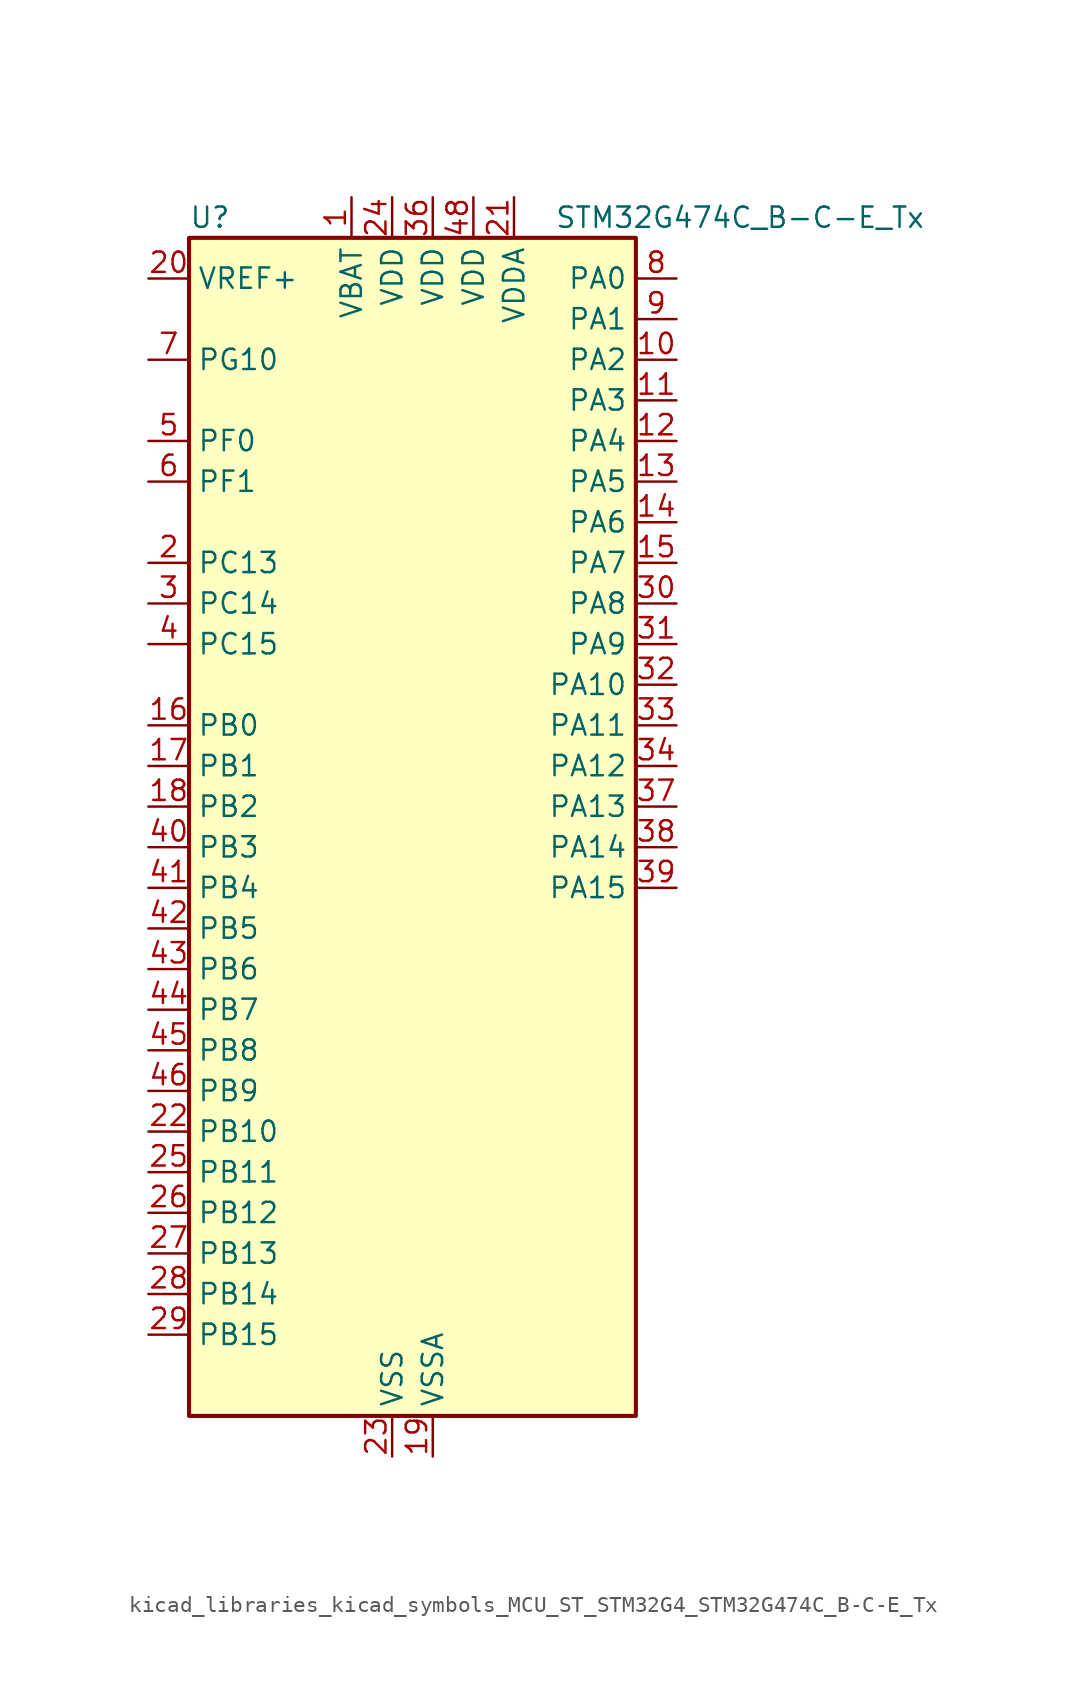
<source format=kicad_sym>
(kicad_symbol_lib
  (version 20220914)
  (generator kicad_symbol_editor)
  (symbol "kicad_libraries_kicad_symbols_MCU_ST_STM32G4_STM32G474C_B-C-E_Tx"
    (property "Reference" "U"
      (at -12.7 39.37 0)
      (effects (font (size 1.27 1.27)) (justify left)))
    (property "Value" "STM32G474C_B-C-E_Tx"
      (at 10.16 39.37 0)
      (effects (font (size 1.27 1.27)) (justify left)))
    (property "ki_locked" ""
      (at 0 0 0)
      (effects (font (size 1.27 1.27))))
    (symbol "kicad_libraries_kicad_symbols_MCU_ST_STM32G4_STM32G474C_B-C-E_Tx_0_1"
      (rectangle (start -12.7 -35.56) (end 15.24 38.1) (stroke (width 0.254) (type default)) (fill (type background))))
    (symbol "kicad_libraries_kicad_symbols_MCU_ST_STM32G4_STM32G474C_B-C-E_Tx_1_1"
      (pin power_in line (at -2.54 40.64 270) (length 2.54) (name "VBAT" (effects (font (size 1.27 1.27)))) (number "1" (effects (font (size 1.27 1.27)))))
      (pin bidirectional line (at 17.78 30.48 180) (length 2.54) (name "PA2" (effects (font (size 1.27 1.27)))) (number "10" (effects (font (size 1.27 1.27)))) (alternate "ADC1_IN3" bidirectional line) (alternate "ADC3_EXTI2" bidirectional line) (alternate "ADC4_EXTI2" bidirectional line) (alternate "ADC5_EXTI2" bidirectional line) (alternate "COMP2_INM" bidirectional line) (alternate "COMP2_OUT" bidirectional line) (alternate "LPUART1_TX" bidirectional line) (alternate "OPAMP1_VOUT" bidirectional line) (alternate "QUADSPI1_BK1_NCS" bidirectional line) (alternate "RCC_LSCO" bidirectional line) (alternate "SYS_WKUP4" bidirectional line) (alternate "TIM15_CH1" bidirectional line) (alternate "TIM2_CH3" bidirectional line) (alternate "TIM5_CH3" bidirectional line) (alternate "UCPD1_FRSTX1" bidirectional line) (alternate "UCPD1_FRSTX2" bidirectional line) (alternate "USART2_TX" bidirectional line))
      (pin bidirectional line (at 17.78 27.94 180) (length 2.54) (name "PA3" (effects (font (size 1.27 1.27)))) (number "11" (effects (font (size 1.27 1.27)))) (alternate "ADC1_IN4" bidirectional line) (alternate "ADC3_EXTI3" bidirectional line) (alternate "ADC4_EXTI3" bidirectional line) (alternate "ADC5_EXTI3" bidirectional line) (alternate "COMP2_INP" bidirectional line) (alternate "LPUART1_RX" bidirectional line) (alternate "OPAMP1_VINM" bidirectional line) (alternate "OPAMP1_VINM0" bidirectional line) (alternate "OPAMP1_VINM_SEC" bidirectional line) (alternate "OPAMP1_VINP" bidirectional line) (alternate "OPAMP1_VINP_SEC" bidirectional line) (alternate "OPAMP5_VINM" bidirectional line) (alternate "OPAMP5_VINM1" bidirectional line) (alternate "OPAMP5_VINM_SEC" bidirectional line) (alternate "QUADSPI1_CLK" bidirectional line) (alternate "SAI1_CK1" bidirectional line) (alternate "SAI1_MCLK_A" bidirectional line) (alternate "TIM15_CH2" bidirectional line) (alternate "TIM2_CH4" bidirectional line) (alternate "TIM5_CH4" bidirectional line) (alternate "USART2_RX" bidirectional line))
      (pin bidirectional line (at 17.78 25.4 180) (length 2.54) (name "PA4" (effects (font (size 1.27 1.27)))) (number "12" (effects (font (size 1.27 1.27)))) (alternate "ADC2_IN17" bidirectional line) (alternate "COMP1_INM" bidirectional line) (alternate "DAC1_OUT1" bidirectional line) (alternate "I2S3_WS" bidirectional line) (alternate "SAI1_FS_B" bidirectional line) (alternate "SPI1_NSS" bidirectional line) (alternate "SPI3_NSS" bidirectional line) (alternate "TIM3_CH2" bidirectional line) (alternate "USART2_CK" bidirectional line))
      (pin bidirectional line (at 17.78 22.86 180) (length 2.54) (name "PA5" (effects (font (size 1.27 1.27)))) (number "13" (effects (font (size 1.27 1.27)))) (alternate "ADC2_IN13" bidirectional line) (alternate "COMP2_INM" bidirectional line) (alternate "DAC1_OUT2" bidirectional line) (alternate "OPAMP2_VINM" bidirectional line) (alternate "OPAMP2_VINM0" bidirectional line) (alternate "OPAMP2_VINM_SEC" bidirectional line) (alternate "SPI1_SCK" bidirectional line) (alternate "TIM2_CH1" bidirectional line) (alternate "TIM2_ETR" bidirectional line) (alternate "UCPD1_FRSTX1" bidirectional line) (alternate "UCPD1_FRSTX2" bidirectional line))
      (pin bidirectional line (at 17.78 20.32 180) (length 2.54) (name "PA6" (effects (font (size 1.27 1.27)))) (number "14" (effects (font (size 1.27 1.27)))) (alternate "ADC2_IN3" bidirectional line) (alternate "COMP1_OUT" bidirectional line) (alternate "DAC2_OUT1" bidirectional line) (alternate "LPUART1_CTS" bidirectional line) (alternate "OPAMP2_VOUT" bidirectional line) (alternate "QUADSPI1_BK1_IO3" bidirectional line) (alternate "SPI1_MISO" bidirectional line) (alternate "TIM16_CH1" bidirectional line) (alternate "TIM1_BKIN" bidirectional line) (alternate "TIM3_CH1" bidirectional line) (alternate "TIM8_BKIN" bidirectional line))
      (pin bidirectional line (at 17.78 17.78 180) (length 2.54) (name "PA7" (effects (font (size 1.27 1.27)))) (number "15" (effects (font (size 1.27 1.27)))) (alternate "ADC2_IN4" bidirectional line) (alternate "COMP2_INP" bidirectional line) (alternate "COMP2_OUT" bidirectional line) (alternate "OPAMP1_VINP" bidirectional line) (alternate "OPAMP1_VINP_SEC" bidirectional line) (alternate "OPAMP2_VINP" bidirectional line) (alternate "OPAMP2_VINP_SEC" bidirectional line) (alternate "QUADSPI1_BK1_IO2" bidirectional line) (alternate "SPI1_MOSI" bidirectional line) (alternate "TIM17_CH1" bidirectional line) (alternate "TIM1_CH1N" bidirectional line) (alternate "TIM3_CH2" bidirectional line) (alternate "TIM8_CH1N" bidirectional line) (alternate "UCPD1_FRSTX1" bidirectional line) (alternate "UCPD1_FRSTX2" bidirectional line))
      (pin bidirectional line (at -15.24 7.62 0) (length 2.54) (name "PB0" (effects (font (size 1.27 1.27)))) (number "16" (effects (font (size 1.27 1.27)))) (alternate "ADC1_IN15" bidirectional line) (alternate "ADC3_IN12" bidirectional line) (alternate "COMP4_INP" bidirectional line) (alternate "HRTIM1_FLT5" bidirectional line) (alternate "OPAMP2_VINP" bidirectional line) (alternate "OPAMP2_VINP_SEC" bidirectional line) (alternate "OPAMP3_VINP" bidirectional line) (alternate "OPAMP3_VINP_SEC" bidirectional line) (alternate "QUADSPI1_BK1_IO1" bidirectional line) (alternate "TIM1_CH2N" bidirectional line) (alternate "TIM3_CH3" bidirectional line) (alternate "TIM8_CH2N" bidirectional line) (alternate "UCPD1_FRSTX1" bidirectional line) (alternate "UCPD1_FRSTX2" bidirectional line))
      (pin bidirectional line (at -15.24 5.08 0) (length 2.54) (name "PB1" (effects (font (size 1.27 1.27)))) (number "17" (effects (font (size 1.27 1.27)))) (alternate "ADC1_IN12" bidirectional line) (alternate "ADC3_IN1" bidirectional line) (alternate "COMP1_INP" bidirectional line) (alternate "COMP4_OUT" bidirectional line) (alternate "HRTIM1_SCOUT" bidirectional line) (alternate "LPUART1_DE" bidirectional line) (alternate "LPUART1_RTS" bidirectional line) (alternate "OPAMP3_VOUT" bidirectional line) (alternate "OPAMP6_VINM" bidirectional line) (alternate "OPAMP6_VINM1" bidirectional line) (alternate "OPAMP6_VINM_SEC" bidirectional line) (alternate "QUADSPI1_BK1_IO0" bidirectional line) (alternate "TIM1_CH3N" bidirectional line) (alternate "TIM3_CH4" bidirectional line) (alternate "TIM8_CH3N" bidirectional line))
      (pin bidirectional line (at -15.24 2.54 0) (length 2.54) (name "PB2" (effects (font (size 1.27 1.27)))) (number "18" (effects (font (size 1.27 1.27)))) (alternate "ADC2_IN12" bidirectional line) (alternate "ADC3_EXTI2" bidirectional line) (alternate "ADC4_EXTI2" bidirectional line) (alternate "ADC5_EXTI2" bidirectional line) (alternate "COMP4_INM" bidirectional line) (alternate "HRTIM1_SCIN" bidirectional line) (alternate "I2C3_SMBA" bidirectional line) (alternate "LPTIM1_OUT" bidirectional line) (alternate "OPAMP3_VINM" bidirectional line) (alternate "OPAMP3_VINM0" bidirectional line) (alternate "OPAMP3_VINM_SEC" bidirectional line) (alternate "QUADSPI1_BK2_IO1" bidirectional line) (alternate "RTC_OUT2" bidirectional line) (alternate "TIM20_CH1" bidirectional line) (alternate "TIM5_CH1" bidirectional line))
      (pin power_in line (at 2.54 -38.1 90) (length 2.54) (name "VSSA" (effects (font (size 1.27 1.27)))) (number "19" (effects (font (size 1.27 1.27)))))
      (pin bidirectional line (at -15.24 17.78 0) (length 2.54) (name "PC13" (effects (font (size 1.27 1.27)))) (number "2" (effects (font (size 1.27 1.27)))) (alternate "RTC_OUT1" bidirectional line) (alternate "RTC_TAMP1" bidirectional line) (alternate "RTC_TS" bidirectional line) (alternate "SYS_WKUP2" bidirectional line) (alternate "TIM1_BKIN" bidirectional line) (alternate "TIM1_CH1N" bidirectional line) (alternate "TIM8_CH4N" bidirectional line))
      (pin input line (at -15.24 35.56 0) (length 2.54) (name "VREF+" (effects (font (size 1.27 1.27)))) (number "20" (effects (font (size 1.27 1.27)))) (alternate "VREFBUF_OUT" bidirectional line))
      (pin power_in line (at 7.62 40.64 270) (length 2.54) (name "VDDA" (effects (font (size 1.27 1.27)))) (number "21" (effects (font (size 1.27 1.27)))))
      (pin bidirectional line (at -15.24 -17.78 0) (length 2.54) (name "PB10" (effects (font (size 1.27 1.27)))) (number "22" (effects (font (size 1.27 1.27)))) (alternate "COMP5_INM" bidirectional line) (alternate "DAC1_EXTI10" bidirectional line) (alternate "DAC2_EXTI10" bidirectional line) (alternate "DAC3_EXTI10" bidirectional line) (alternate "DAC4_EXTI10" bidirectional line) (alternate "HRTIM1_FLT3" bidirectional line) (alternate "LPUART1_RX" bidirectional line) (alternate "OPAMP3_VINM" bidirectional line) (alternate "OPAMP3_VINM1" bidirectional line) (alternate "OPAMP3_VINM_SEC" bidirectional line) (alternate "OPAMP4_VINM" bidirectional line) (alternate "OPAMP4_VINM0" bidirectional line) (alternate "OPAMP4_VINM_SEC" bidirectional line) (alternate "QUADSPI1_CLK" bidirectional line) (alternate "SAI1_SCK_A" bidirectional line) (alternate "TIM1_BKIN" bidirectional line) (alternate "TIM2_CH3" bidirectional line) (alternate "USART3_TX" bidirectional line))
      (pin power_in line (at 0 -38.1 90) (length 2.54) (name "VSS" (effects (font (size 1.27 1.27)))) (number "23" (effects (font (size 1.27 1.27)))))
      (pin power_in line (at 0 40.64 270) (length 2.54) (name "VDD" (effects (font (size 1.27 1.27)))) (number "24" (effects (font (size 1.27 1.27)))))
      (pin bidirectional line (at -15.24 -20.32 0) (length 2.54) (name "PB11" (effects (font (size 1.27 1.27)))) (number "25" (effects (font (size 1.27 1.27)))) (alternate "ADC1_EXTI11" bidirectional line) (alternate "ADC1_IN14" bidirectional line) (alternate "ADC2_EXTI11" bidirectional line) (alternate "ADC2_IN14" bidirectional line) (alternate "COMP6_INP" bidirectional line) (alternate "HRTIM1_FLT4" bidirectional line) (alternate "LPUART1_TX" bidirectional line) (alternate "OPAMP4_VINP" bidirectional line) (alternate "OPAMP4_VINP_SEC" bidirectional line) (alternate "OPAMP6_VOUT" bidirectional line) (alternate "QUADSPI1_BK1_NCS" bidirectional line) (alternate "TIM2_CH4" bidirectional line) (alternate "USART3_RX" bidirectional line))
      (pin bidirectional line (at -15.24 -22.86 0) (length 2.54) (name "PB12" (effects (font (size 1.27 1.27)))) (number "26" (effects (font (size 1.27 1.27)))) (alternate "ADC1_IN11" bidirectional line) (alternate "ADC4_IN3" bidirectional line) (alternate "COMP7_INM" bidirectional line) (alternate "FDCAN2_RX" bidirectional line) (alternate "HRTIM1_CHC1" bidirectional line) (alternate "I2C2_SMBA" bidirectional line) (alternate "I2S2_WS" bidirectional line) (alternate "LPUART1_DE" bidirectional line) (alternate "LPUART1_RTS" bidirectional line) (alternate "OPAMP4_VOUT" bidirectional line) (alternate "OPAMP6_VINP" bidirectional line) (alternate "OPAMP6_VINP_SEC" bidirectional line) (alternate "SPI2_NSS" bidirectional line) (alternate "TIM1_BKIN" bidirectional line) (alternate "TIM5_ETR" bidirectional line) (alternate "USART3_CK" bidirectional line))
      (pin bidirectional line (at -15.24 -25.4 0) (length 2.54) (name "PB13" (effects (font (size 1.27 1.27)))) (number "27" (effects (font (size 1.27 1.27)))) (alternate "ADC3_IN5" bidirectional line) (alternate "COMP5_INP" bidirectional line) (alternate "FDCAN2_TX" bidirectional line) (alternate "HRTIM1_CHC2" bidirectional line) (alternate "I2S2_CK" bidirectional line) (alternate "LPUART1_CTS" bidirectional line) (alternate "OPAMP3_VINP" bidirectional line) (alternate "OPAMP3_VINP_SEC" bidirectional line) (alternate "OPAMP4_VINP" bidirectional line) (alternate "OPAMP4_VINP_SEC" bidirectional line) (alternate "OPAMP6_VINP" bidirectional line) (alternate "OPAMP6_VINP_SEC" bidirectional line) (alternate "SPI2_SCK" bidirectional line) (alternate "TIM1_CH1N" bidirectional line) (alternate "USART3_CTS" bidirectional line) (alternate "USART3_NSS" bidirectional line))
      (pin bidirectional line (at -15.24 -27.94 0) (length 2.54) (name "PB14" (effects (font (size 1.27 1.27)))) (number "28" (effects (font (size 1.27 1.27)))) (alternate "ADC1_IN5" bidirectional line) (alternate "ADC4_IN4" bidirectional line) (alternate "COMP4_OUT" bidirectional line) (alternate "COMP7_INP" bidirectional line) (alternate "HRTIM1_CHD1" bidirectional line) (alternate "OPAMP2_VINP" bidirectional line) (alternate "OPAMP2_VINP_SEC" bidirectional line) (alternate "OPAMP5_VINP" bidirectional line) (alternate "OPAMP5_VINP_SEC" bidirectional line) (alternate "SPI2_MISO" bidirectional line) (alternate "TIM15_CH1" bidirectional line) (alternate "TIM1_CH2N" bidirectional line) (alternate "USART3_DE" bidirectional line) (alternate "USART3_RTS" bidirectional line))
      (pin bidirectional line (at -15.24 -30.48 0) (length 2.54) (name "PB15" (effects (font (size 1.27 1.27)))) (number "29" (effects (font (size 1.27 1.27)))) (alternate "ADC1_EXTI15" bidirectional line) (alternate "ADC2_EXTI15" bidirectional line) (alternate "ADC2_IN15" bidirectional line) (alternate "ADC4_IN5" bidirectional line) (alternate "COMP3_OUT" bidirectional line) (alternate "COMP6_INM" bidirectional line) (alternate "HRTIM1_CHD2" bidirectional line) (alternate "I2S2_SD" bidirectional line) (alternate "OPAMP5_VINM" bidirectional line) (alternate "OPAMP5_VINM0" bidirectional line) (alternate "OPAMP5_VINM_SEC" bidirectional line) (alternate "RTC_REFIN" bidirectional line) (alternate "SPI2_MOSI" bidirectional line) (alternate "TIM15_CH1N" bidirectional line) (alternate "TIM15_CH2" bidirectional line) (alternate "TIM1_CH3N" bidirectional line))
      (pin bidirectional line (at -15.24 15.24 0) (length 2.54) (name "PC14" (effects (font (size 1.27 1.27)))) (number "3" (effects (font (size 1.27 1.27)))) (alternate "RCC_OSC32_IN" bidirectional line))
      (pin bidirectional line (at 17.78 15.24 180) (length 2.54) (name "PA8" (effects (font (size 1.27 1.27)))) (number "30" (effects (font (size 1.27 1.27)))) (alternate "ADC5_IN1" bidirectional line) (alternate "COMP7_OUT" bidirectional line) (alternate "FDCAN3_RX" bidirectional line) (alternate "HRTIM1_CHA1" bidirectional line) (alternate "I2C2_SDA" bidirectional line) (alternate "I2C3_SCL" bidirectional line) (alternate "I2S2_MCK" bidirectional line) (alternate "OPAMP5_VOUT" bidirectional line) (alternate "RCC_MCO" bidirectional line) (alternate "SAI1_CK2" bidirectional line) (alternate "SAI1_SCK_A" bidirectional line) (alternate "TIM1_CH1" bidirectional line) (alternate "TIM4_ETR" bidirectional line) (alternate "USART1_CK" bidirectional line))
      (pin bidirectional line (at 17.78 12.7 180) (length 2.54) (name "PA9" (effects (font (size 1.27 1.27)))) (number "31" (effects (font (size 1.27 1.27)))) (alternate "ADC5_IN2" bidirectional line) (alternate "COMP5_OUT" bidirectional line) (alternate "DAC1_EXTI9" bidirectional line) (alternate "DAC2_EXTI9" bidirectional line) (alternate "DAC3_EXTI9" bidirectional line) (alternate "DAC4_EXTI9" bidirectional line) (alternate "HRTIM1_CHA2" bidirectional line) (alternate "I2C2_SCL" bidirectional line) (alternate "I2C3_SMBA" bidirectional line) (alternate "I2S3_MCK" bidirectional line) (alternate "SAI1_FS_A" bidirectional line) (alternate "TIM15_BKIN" bidirectional line) (alternate "TIM1_CH2" bidirectional line) (alternate "TIM2_CH3" bidirectional line) (alternate "UCPD1_DBCC1" bidirectional line) (alternate "USART1_TX" bidirectional line))
      (pin bidirectional line (at 17.78 10.16 180) (length 2.54) (name "PA10" (effects (font (size 1.27 1.27)))) (number "32" (effects (font (size 1.27 1.27)))) (alternate "COMP6_OUT" bidirectional line) (alternate "CRS_SYNC" bidirectional line) (alternate "DAC1_EXTI10" bidirectional line) (alternate "DAC2_EXTI10" bidirectional line) (alternate "DAC3_EXTI10" bidirectional line) (alternate "DAC4_EXTI10" bidirectional line) (alternate "HRTIM1_CHB1" bidirectional line) (alternate "I2C2_SMBA" bidirectional line) (alternate "SAI1_D1" bidirectional line) (alternate "SAI1_SD_A" bidirectional line) (alternate "SPI2_MISO" bidirectional line) (alternate "TIM17_BKIN" bidirectional line) (alternate "TIM1_CH3" bidirectional line) (alternate "TIM2_CH4" bidirectional line) (alternate "TIM8_BKIN" bidirectional line) (alternate "UCPD1_DBCC2" bidirectional line) (alternate "USART1_RX" bidirectional line))
      (pin bidirectional line (at 17.78 7.62 180) (length 2.54) (name "PA11" (effects (font (size 1.27 1.27)))) (number "33" (effects (font (size 1.27 1.27)))) (alternate "ADC1_EXTI11" bidirectional line) (alternate "ADC2_EXTI11" bidirectional line) (alternate "COMP1_OUT" bidirectional line) (alternate "FDCAN1_RX" bidirectional line) (alternate "HRTIM1_CHB2" bidirectional line) (alternate "I2S2_SD" bidirectional line) (alternate "SPI2_MOSI" bidirectional line) (alternate "TIM1_BKIN2" bidirectional line) (alternate "TIM1_CH1N" bidirectional line) (alternate "TIM1_CH4" bidirectional line) (alternate "TIM4_CH1" bidirectional line) (alternate "USART1_CTS" bidirectional line) (alternate "USART1_NSS" bidirectional line) (alternate "USB_DM" bidirectional line))
      (pin bidirectional line (at 17.78 5.08 180) (length 2.54) (name "PA12" (effects (font (size 1.27 1.27)))) (number "34" (effects (font (size 1.27 1.27)))) (alternate "COMP2_OUT" bidirectional line) (alternate "FDCAN1_TX" bidirectional line) (alternate "HRTIM1_FLT1" bidirectional line) (alternate "I2S_CKIN" bidirectional line) (alternate "TIM16_CH1" bidirectional line) (alternate "TIM1_CH2N" bidirectional line) (alternate "TIM1_ETR" bidirectional line) (alternate "TIM4_CH2" bidirectional line) (alternate "USART1_DE" bidirectional line) (alternate "USART1_RTS" bidirectional line) (alternate "USB_DP" bidirectional line))
      (pin passive line (at 0 -38.1 90) (length 2.54) hide (name "VSS" (effects (font (size 1.27 1.27)))) (number "35" (effects (font (size 1.27 1.27)))))
      (pin power_in line (at 2.54 40.64 270) (length 2.54) (name "VDD" (effects (font (size 1.27 1.27)))) (number "36" (effects (font (size 1.27 1.27)))))
      (pin bidirectional line (at 17.78 2.54 180) (length 2.54) (name "PA13" (effects (font (size 1.27 1.27)))) (number "37" (effects (font (size 1.27 1.27)))) (alternate "I2C1_SCL" bidirectional line) (alternate "I2C4_SCL" bidirectional line) (alternate "IR_OUT" bidirectional line) (alternate "SAI1_SD_B" bidirectional line) (alternate "SYS_JTMS-SWDIO" bidirectional line) (alternate "TIM16_CH1N" bidirectional line) (alternate "TIM4_CH3" bidirectional line) (alternate "USART3_CTS" bidirectional line) (alternate "USART3_NSS" bidirectional line))
      (pin bidirectional line (at 17.78 0 180) (length 2.54) (name "PA14" (effects (font (size 1.27 1.27)))) (number "38" (effects (font (size 1.27 1.27)))) (alternate "I2C1_SDA" bidirectional line) (alternate "I2C4_SMBA" bidirectional line) (alternate "LPTIM1_OUT" bidirectional line) (alternate "SAI1_FS_B" bidirectional line) (alternate "SYS_JTCK-SWCLK" bidirectional line) (alternate "TIM1_BKIN" bidirectional line) (alternate "TIM8_CH2" bidirectional line) (alternate "USART2_TX" bidirectional line))
      (pin bidirectional line (at 17.78 -2.54 180) (length 2.54) (name "PA15" (effects (font (size 1.27 1.27)))) (number "39" (effects (font (size 1.27 1.27)))) (alternate "ADC1_EXTI15" bidirectional line) (alternate "ADC2_EXTI15" bidirectional line) (alternate "FDCAN3_TX" bidirectional line) (alternate "HRTIM1_FLT2" bidirectional line) (alternate "I2C1_SCL" bidirectional line) (alternate "I2S3_WS" bidirectional line) (alternate "SPI1_NSS" bidirectional line) (alternate "SPI3_NSS" bidirectional line) (alternate "SYS_JTDI" bidirectional line) (alternate "TIM1_BKIN" bidirectional line) (alternate "TIM2_CH1" bidirectional line) (alternate "TIM2_ETR" bidirectional line) (alternate "TIM8_CH1" bidirectional line) (alternate "USART2_RX" bidirectional line))
      (pin bidirectional line (at -15.24 12.7 0) (length 2.54) (name "PC15" (effects (font (size 1.27 1.27)))) (number "4" (effects (font (size 1.27 1.27)))) (alternate "ADC1_EXTI15" bidirectional line) (alternate "ADC2_EXTI15" bidirectional line) (alternate "RCC_OSC32_OUT" bidirectional line))
      (pin bidirectional line (at -15.24 0 0) (length 2.54) (name "PB3" (effects (font (size 1.27 1.27)))) (number "40" (effects (font (size 1.27 1.27)))) (alternate "ADC3_EXTI3" bidirectional line) (alternate "ADC4_EXTI3" bidirectional line) (alternate "ADC5_EXTI3" bidirectional line) (alternate "CRS_SYNC" bidirectional line) (alternate "FDCAN3_RX" bidirectional line) (alternate "HRTIM1_EEV9" bidirectional line) (alternate "HRTIM1_SCOUT" bidirectional line) (alternate "I2S3_CK" bidirectional line) (alternate "SAI1_SCK_B" bidirectional line) (alternate "SPI1_SCK" bidirectional line) (alternate "SPI3_SCK" bidirectional line) (alternate "SYS_JTDO-SWO" bidirectional line) (alternate "TIM2_CH2" bidirectional line) (alternate "TIM3_ETR" bidirectional line) (alternate "TIM4_ETR" bidirectional line) (alternate "TIM8_CH1N" bidirectional line) (alternate "USART2_TX" bidirectional line))
      (pin bidirectional line (at -15.24 -2.54 0) (length 2.54) (name "PB4" (effects (font (size 1.27 1.27)))) (number "41" (effects (font (size 1.27 1.27)))) (alternate "FDCAN3_TX" bidirectional line) (alternate "HRTIM1_EEV7" bidirectional line) (alternate "SAI1_MCLK_B" bidirectional line) (alternate "SPI1_MISO" bidirectional line) (alternate "SPI3_MISO" bidirectional line) (alternate "SYS_JTRST" bidirectional line) (alternate "TIM16_CH1" bidirectional line) (alternate "TIM17_BKIN" bidirectional line) (alternate "TIM3_CH1" bidirectional line) (alternate "TIM8_CH2N" bidirectional line) (alternate "UCPD1_CC2" bidirectional line) (alternate "USART2_RX" bidirectional line))
      (pin bidirectional line (at -15.24 -5.08 0) (length 2.54) (name "PB5" (effects (font (size 1.27 1.27)))) (number "42" (effects (font (size 1.27 1.27)))) (alternate "FDCAN2_RX" bidirectional line) (alternate "HRTIM1_EEV6" bidirectional line) (alternate "I2C1_SMBA" bidirectional line) (alternate "I2C3_SDA" bidirectional line) (alternate "I2S3_SD" bidirectional line) (alternate "LPTIM1_IN1" bidirectional line) (alternate "SAI1_SD_B" bidirectional line) (alternate "SPI1_MOSI" bidirectional line) (alternate "SPI3_MOSI" bidirectional line) (alternate "TIM16_BKIN" bidirectional line) (alternate "TIM17_CH1" bidirectional line) (alternate "TIM3_CH2" bidirectional line) (alternate "TIM8_CH3N" bidirectional line) (alternate "USART2_CK" bidirectional line))
      (pin bidirectional line (at -15.24 -7.62 0) (length 2.54) (name "PB6" (effects (font (size 1.27 1.27)))) (number "43" (effects (font (size 1.27 1.27)))) (alternate "COMP4_OUT" bidirectional line) (alternate "FDCAN2_TX" bidirectional line) (alternate "HRTIM1_EEV4" bidirectional line) (alternate "HRTIM1_SCIN" bidirectional line) (alternate "LPTIM1_ETR" bidirectional line) (alternate "SAI1_FS_B" bidirectional line) (alternate "TIM16_CH1N" bidirectional line) (alternate "TIM4_CH1" bidirectional line) (alternate "TIM8_BKIN2" bidirectional line) (alternate "TIM8_CH1" bidirectional line) (alternate "TIM8_ETR" bidirectional line) (alternate "UCPD1_CC1" bidirectional line) (alternate "USART1_TX" bidirectional line))
      (pin bidirectional line (at -15.24 -10.16 0) (length 2.54) (name "PB7" (effects (font (size 1.27 1.27)))) (number "44" (effects (font (size 1.27 1.27)))) (alternate "COMP3_OUT" bidirectional line) (alternate "HRTIM1_EEV3" bidirectional line) (alternate "I2C1_SDA" bidirectional line) (alternate "I2C4_SDA" bidirectional line) (alternate "LPTIM1_IN2" bidirectional line) (alternate "SYS_PVD_IN" bidirectional line) (alternate "TIM17_CH1N" bidirectional line) (alternate "TIM3_CH4" bidirectional line) (alternate "TIM4_CH2" bidirectional line) (alternate "TIM8_BKIN" bidirectional line) (alternate "USART1_RX" bidirectional line))
      (pin bidirectional line (at -15.24 -12.7 0) (length 2.54) (name "PB8" (effects (font (size 1.27 1.27)))) (number "45" (effects (font (size 1.27 1.27)))) (alternate "COMP1_OUT" bidirectional line) (alternate "FDCAN1_RX" bidirectional line) (alternate "HRTIM1_EEV8" bidirectional line) (alternate "I2C1_SCL" bidirectional line) (alternate "SAI1_CK1" bidirectional line) (alternate "SAI1_MCLK_A" bidirectional line) (alternate "TIM16_CH1" bidirectional line) (alternate "TIM1_BKIN" bidirectional line) (alternate "TIM4_CH3" bidirectional line) (alternate "TIM8_CH2" bidirectional line) (alternate "USART3_RX" bidirectional line))
      (pin bidirectional line (at -15.24 -15.24 0) (length 2.54) (name "PB9" (effects (font (size 1.27 1.27)))) (number "46" (effects (font (size 1.27 1.27)))) (alternate "COMP2_OUT" bidirectional line) (alternate "DAC1_EXTI9" bidirectional line) (alternate "DAC2_EXTI9" bidirectional line) (alternate "DAC3_EXTI9" bidirectional line) (alternate "DAC4_EXTI9" bidirectional line) (alternate "FDCAN1_TX" bidirectional line) (alternate "HRTIM1_EEV5" bidirectional line) (alternate "I2C1_SDA" bidirectional line) (alternate "IR_OUT" bidirectional line) (alternate "SAI1_D2" bidirectional line) (alternate "SAI1_FS_A" bidirectional line) (alternate "TIM17_CH1" bidirectional line) (alternate "TIM1_CH3N" bidirectional line) (alternate "TIM4_CH4" bidirectional line) (alternate "TIM8_CH3" bidirectional line) (alternate "USART3_TX" bidirectional line))
      (pin passive line (at 0 -38.1 90) (length 2.54) hide (name "VSS" (effects (font (size 1.27 1.27)))) (number "47" (effects (font (size 1.27 1.27)))))
      (pin power_in line (at 5.08 40.64 270) (length 2.54) (name "VDD" (effects (font (size 1.27 1.27)))) (number "48" (effects (font (size 1.27 1.27)))))
      (pin bidirectional line (at -15.24 25.4 0) (length 2.54) (name "PF0" (effects (font (size 1.27 1.27)))) (number "5" (effects (font (size 1.27 1.27)))) (alternate "ADC1_IN10" bidirectional line) (alternate "I2C2_SDA" bidirectional line) (alternate "I2S2_WS" bidirectional line) (alternate "RCC_OSC_IN" bidirectional line) (alternate "SPI2_NSS" bidirectional line) (alternate "TIM1_CH3N" bidirectional line))
      (pin bidirectional line (at -15.24 22.86 0) (length 2.54) (name "PF1" (effects (font (size 1.27 1.27)))) (number "6" (effects (font (size 1.27 1.27)))) (alternate "ADC2_IN10" bidirectional line) (alternate "COMP3_INM" bidirectional line) (alternate "I2S2_CK" bidirectional line) (alternate "RCC_OSC_OUT" bidirectional line) (alternate "SPI2_SCK" bidirectional line))
      (pin bidirectional line (at -15.24 30.48 0) (length 2.54) (name "PG10" (effects (font (size 1.27 1.27)))) (number "7" (effects (font (size 1.27 1.27)))) (alternate "DAC1_EXTI10" bidirectional line) (alternate "DAC2_EXTI10" bidirectional line) (alternate "DAC3_EXTI10" bidirectional line) (alternate "DAC4_EXTI10" bidirectional line) (alternate "RCC_MCO" bidirectional line))
      (pin bidirectional line (at 17.78 35.56 180) (length 2.54) (name "PA0" (effects (font (size 1.27 1.27)))) (number "8" (effects (font (size 1.27 1.27)))) (alternate "ADC1_IN1" bidirectional line) (alternate "ADC2_IN1" bidirectional line) (alternate "COMP1_INM" bidirectional line) (alternate "COMP1_OUT" bidirectional line) (alternate "COMP3_INP" bidirectional line) (alternate "RTC_TAMP2" bidirectional line) (alternate "SYS_WKUP1" bidirectional line) (alternate "TIM2_CH1" bidirectional line) (alternate "TIM2_ETR" bidirectional line) (alternate "TIM5_CH1" bidirectional line) (alternate "TIM8_BKIN" bidirectional line) (alternate "TIM8_ETR" bidirectional line) (alternate "USART2_CTS" bidirectional line) (alternate "USART2_NSS" bidirectional line))
      (pin bidirectional line (at 17.78 33.02 180) (length 2.54) (name "PA1" (effects (font (size 1.27 1.27)))) (number "9" (effects (font (size 1.27 1.27)))) (alternate "ADC1_IN2" bidirectional line) (alternate "ADC2_IN2" bidirectional line) (alternate "COMP1_INP" bidirectional line) (alternate "OPAMP1_VINP" bidirectional line) (alternate "OPAMP1_VINP_SEC" bidirectional line) (alternate "OPAMP3_VINP" bidirectional line) (alternate "OPAMP3_VINP_SEC" bidirectional line) (alternate "OPAMP6_VINM" bidirectional line) (alternate "OPAMP6_VINM0" bidirectional line) (alternate "OPAMP6_VINM_SEC" bidirectional line) (alternate "RTC_REFIN" bidirectional line) (alternate "TIM15_CH1N" bidirectional line) (alternate "TIM2_CH2" bidirectional line) (alternate "TIM5_CH2" bidirectional line) (alternate "USART2_DE" bidirectional line) (alternate "USART2_RTS" bidirectional line)))))
</source>
